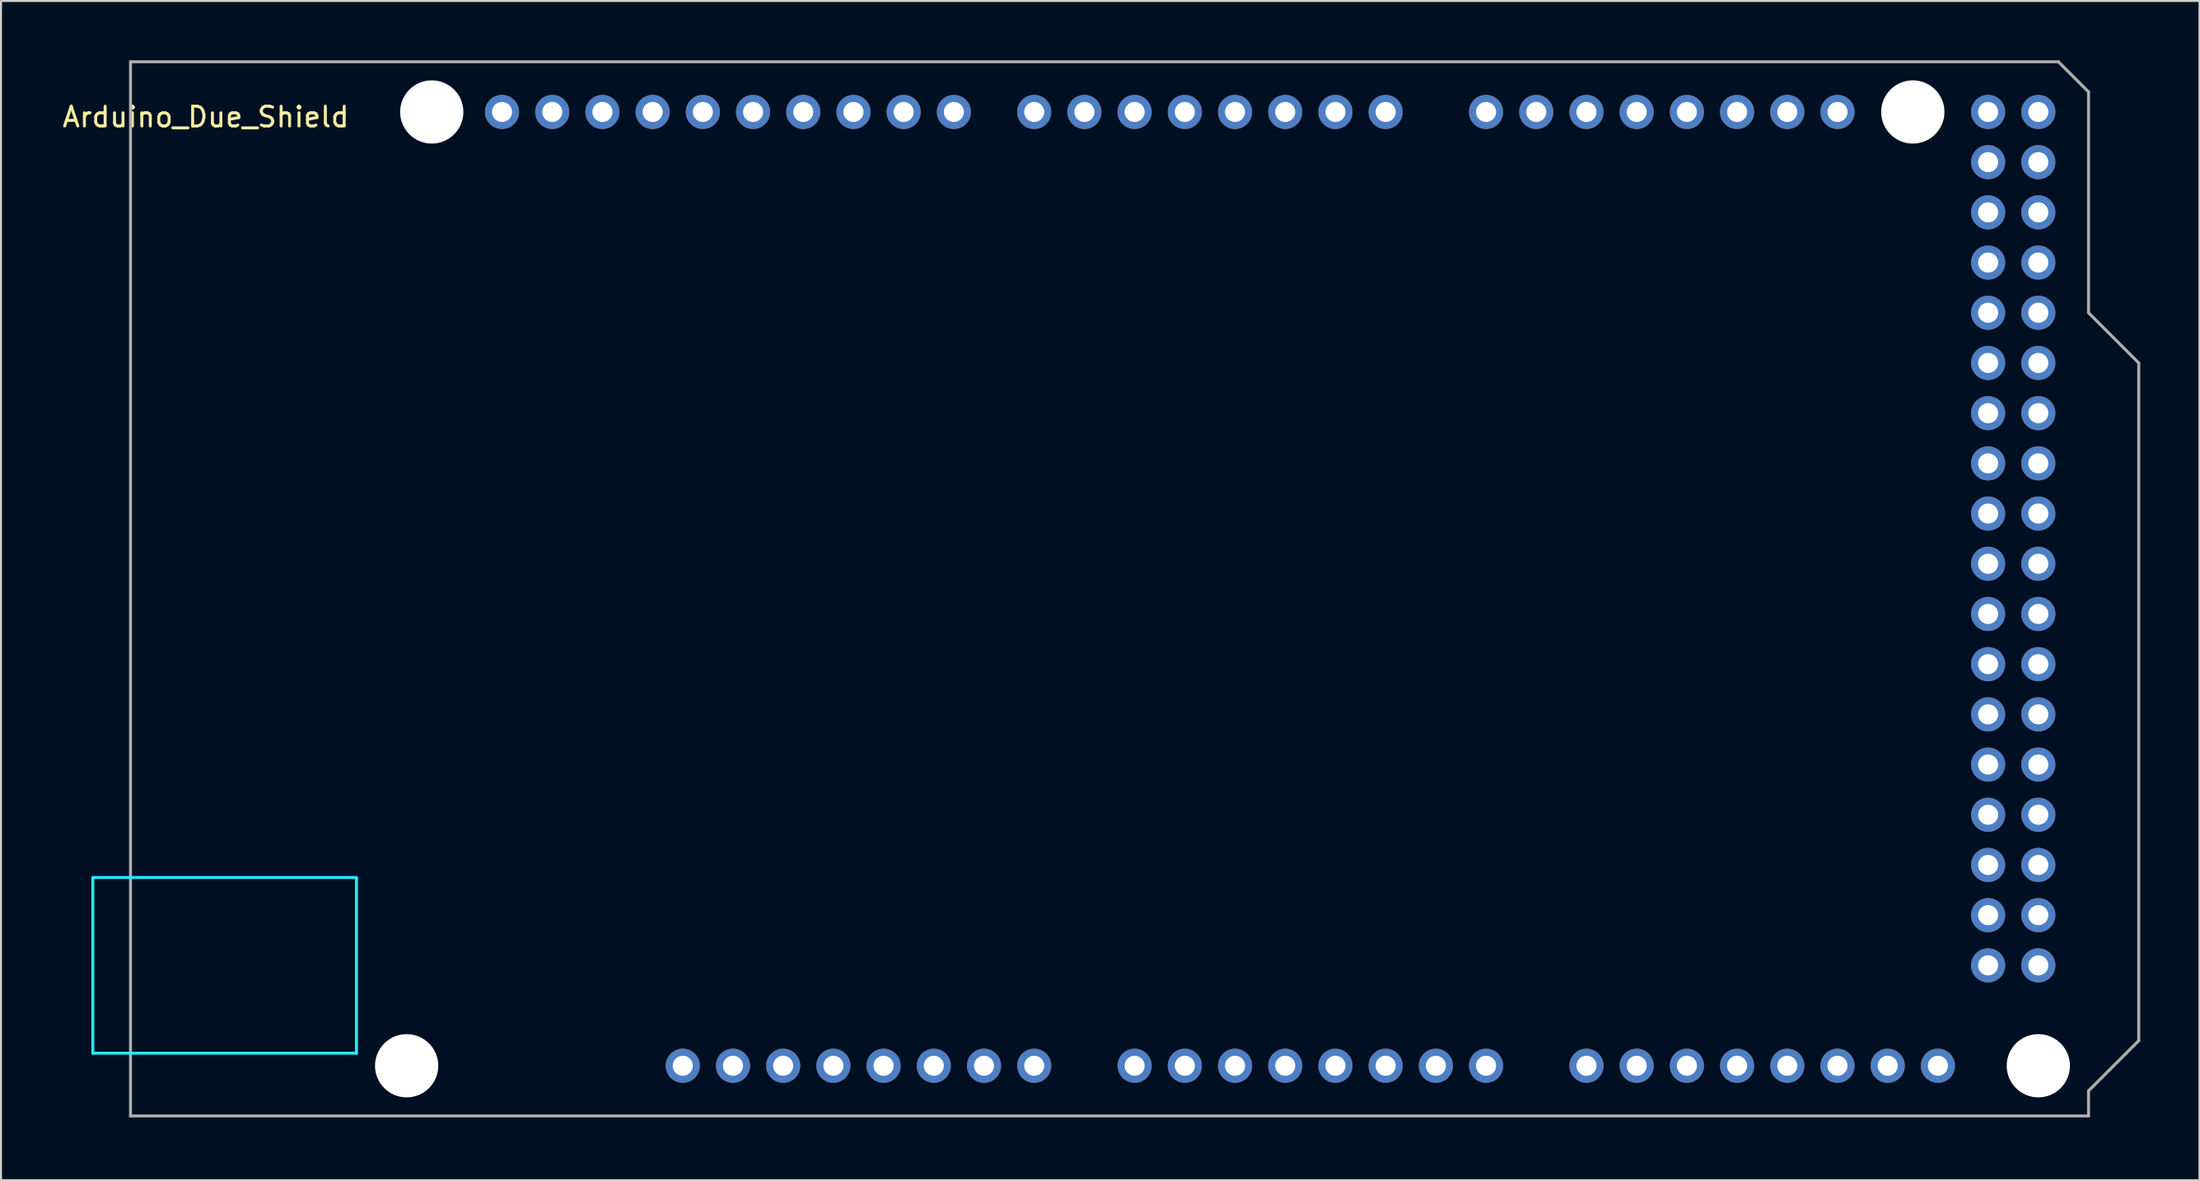
<source format=kicad_pcb>
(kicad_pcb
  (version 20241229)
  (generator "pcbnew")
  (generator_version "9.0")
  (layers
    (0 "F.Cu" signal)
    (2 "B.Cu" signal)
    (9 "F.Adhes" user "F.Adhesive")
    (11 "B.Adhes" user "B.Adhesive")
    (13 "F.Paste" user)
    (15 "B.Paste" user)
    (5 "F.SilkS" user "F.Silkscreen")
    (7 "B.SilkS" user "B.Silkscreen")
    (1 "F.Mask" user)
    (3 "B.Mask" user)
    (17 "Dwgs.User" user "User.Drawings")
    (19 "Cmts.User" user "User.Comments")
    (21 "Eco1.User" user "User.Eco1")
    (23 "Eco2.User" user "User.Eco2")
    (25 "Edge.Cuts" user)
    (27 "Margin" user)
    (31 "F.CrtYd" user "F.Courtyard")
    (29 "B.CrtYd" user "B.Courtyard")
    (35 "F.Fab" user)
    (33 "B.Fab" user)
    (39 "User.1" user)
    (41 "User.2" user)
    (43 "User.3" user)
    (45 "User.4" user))
  (footprint "Arduino_Due_Shield"
    (layer "F.Cu")
    (at 3.553 53.415)
    (property "Reference" "Arduino_Due_Shield" (at 3.81 -50.546 0) (layer "F.SilkS") (effects (font (size 1 1) (thickness 0.15))))
    (attr through_hole)
    (fp_line (start -1.905 -12.065) (end -1.905 -3.175) (stroke (width 0.15) (type solid)) (layer "B.CrtYd"))
    (fp_line (start -1.905 -12.065) (end 11.43 -12.065) (stroke (width 0.15) (type solid)) (layer "B.CrtYd"))
    (fp_line (start -1.905 -3.175) (end 11.43 -3.175) (stroke (width 0.15) (type solid)) (layer "B.CrtYd"))
    (fp_line (start 11.43 -12.065) (end 11.43 -3.175) (stroke (width 0.15) (type solid)) (layer "B.CrtYd"))
    (fp_line (start 0 -53.34) (end 97.536 -53.34) (stroke (width 0.15) (type solid)) (layer "F.Fab"))
    (fp_line (start 0 0) (end 0 -53.34) (stroke (width 0.15) (type solid)) (layer "F.Fab"))
    (fp_line (start 0 0) (end 99.06 0) (stroke (width 0.15) (type solid)) (layer "F.Fab"))
    (fp_line (start 97.536 -53.34) (end 99.06 -51.816) (stroke (width 0.15) (type solid)) (layer "F.Fab"))
    (fp_line (start 99.06 -40.64) (end 99.06 -51.816) (stroke (width 0.15) (type solid)) (layer "F.Fab"))
    (fp_line (start 99.06 -1.27) (end 101.6 -3.81) (stroke (width 0.15) (type solid)) (layer "F.Fab"))
    (fp_line (start 99.06 0) (end 99.06 -1.27) (stroke (width 0.15) (type solid)) (layer "F.Fab"))
    (fp_line (start 101.6 -38.1) (end 99.06 -40.64) (stroke (width 0.15) (type solid)) (layer "F.Fab"))
    (fp_line (start 101.6 -3.81) (end 101.6 -38.1) (stroke (width 0.15) (type solid)) (layer "F.Fab"))
    (pad "" np_thru_hole circle (at 13.97 -2.54) (size 3.2 3.2) (drill 3.2) (layers "*.Cu" "*.Mask"))
    (pad "" np_thru_hole circle (at 15.24 -50.8) (size 3.2 3.2) (drill 3.2) (layers "*.Cu" "*.Mask"))
    (pad "" thru_hole oval (at 27.94 -2.54) (size 1.727 1.727) (drill 1.016) (layers "*.Cu" "*.Mask"))
    (pad "" np_thru_hole circle (at 90.17 -50.8) (size 3.2 3.2) (drill 3.2) (layers "*.Cu" "*.Mask"))
    (pad "" np_thru_hole circle (at 96.52 -2.54) (size 3.2 3.2) (drill 3.2) (layers "*.Cu" "*.Mask"))
    (pad "3V3" thru_hole oval (at 35.56 -2.54) (size 1.727 1.727) (drill 1.016) (layers "*.Cu" "*.Mask"))
    (pad "5V1" thru_hole oval (at 38.1 -2.54) (size 1.727 1.727) (drill 1.016) (layers "*.Cu" "*.Mask"))
    (pad "5V3" thru_hole oval (at 93.98 -50.8) (size 1.727 1.727) (drill 1.016) (layers "*.Cu" "*.Mask"))
    (pad "5V4" thru_hole oval (at 96.52 -50.8) (size 1.727 1.727) (drill 1.016) (layers "*.Cu" "*.Mask"))
    (pad "A0" thru_hole oval (at 50.8 -2.54) (size 1.727 1.727) (drill 1.016) (layers "*.Cu" "*.Mask"))
    (pad "A1" thru_hole oval (at 53.34 -2.54) (size 1.727 1.727) (drill 1.016) (layers "*.Cu" "*.Mask"))
    (pad "A2" thru_hole oval (at 55.88 -2.54) (size 1.727 1.727) (drill 1.016) (layers "*.Cu" "*.Mask"))
    (pad "A3" thru_hole oval (at 58.42 -2.54) (size 1.727 1.727) (drill 1.016) (layers "*.Cu" "*.Mask"))
    (pad "A4" thru_hole oval (at 60.96 -2.54) (size 1.727 1.727) (drill 1.016) (layers "*.Cu" "*.Mask"))
    (pad "A5" thru_hole oval (at 63.5 -2.54) (size 1.727 1.727) (drill 1.016) (layers "*.Cu" "*.Mask"))
    (pad "A6" thru_hole oval (at 66.04 -2.54) (size 1.727 1.727) (drill 1.016) (layers "*.Cu" "*.Mask"))
    (pad "A7" thru_hole oval (at 68.58 -2.54) (size 1.727 1.727) (drill 1.016) (layers "*.Cu" "*.Mask"))
    (pad "A8" thru_hole oval (at 73.66 -2.54) (size 1.727 1.727) (drill 1.016) (layers "*.Cu" "*.Mask"))
    (pad "A9" thru_hole oval (at 76.2 -2.54) (size 1.727 1.727) (drill 1.016) (layers "*.Cu" "*.Mask"))
    (pad "A10" thru_hole oval (at 78.74 -2.54) (size 1.727 1.727) (drill 1.016) (layers "*.Cu" "*.Mask"))
    (pad "A11" thru_hole oval (at 81.28 -2.54) (size 1.727 1.727) (drill 1.016) (layers "*.Cu" "*.Mask"))
    (pad "AREF" thru_hole oval (at 23.876 -50.8) (size 1.727 1.727) (drill 1.016) (layers "*.Cu" "*.Mask"))
    (pad "CANR" thru_hole oval (at 88.9 -2.54) (size 1.727 1.727) (drill 1.016) (layers "*.Cu" "*.Mask"))
    (pad "CANT" thru_hole oval (at 91.44 -2.54) (size 1.727 1.727) (drill 1.016) (layers "*.Cu" "*.Mask"))
    (pad "D0" thru_hole oval (at 63.5 -50.8) (size 1.727 1.727) (drill 1.016) (layers "*.Cu" "*.Mask"))
    (pad "D1" thru_hole oval (at 60.96 -50.8) (size 1.727 1.727) (drill 1.016) (layers "*.Cu" "*.Mask"))
    (pad "D2" thru_hole oval (at 58.42 -50.8) (size 1.727 1.727) (drill 1.016) (layers "*.Cu" "*.Mask"))
    (pad "D3" thru_hole oval (at 55.88 -50.8) (size 1.727 1.727) (drill 1.016) (layers "*.Cu" "*.Mask"))
    (pad "D4" thru_hole oval (at 53.34 -50.8) (size 1.727 1.727) (drill 1.016) (layers "*.Cu" "*.Mask"))
    (pad "D5" thru_hole oval (at 50.8 -50.8) (size 1.727 1.727) (drill 1.016) (layers "*.Cu" "*.Mask"))
    (pad "D6" thru_hole oval (at 48.26 -50.8) (size 1.727 1.727) (drill 1.016) (layers "*.Cu" "*.Mask"))
    (pad "D7" thru_hole oval (at 45.72 -50.8) (size 1.727 1.727) (drill 1.016) (layers "*.Cu" "*.Mask"))
    (pad "D8" thru_hole oval (at 41.656 -50.8) (size 1.727 1.727) (drill 1.016) (layers "*.Cu" "*.Mask"))
    (pad "D9" thru_hole oval (at 39.116 -50.8) (size 1.727 1.727) (drill 1.016) (layers "*.Cu" "*.Mask"))
    (pad "D10" thru_hole oval (at 36.576 -50.8) (size 1.727 1.727) (drill 1.016) (layers "*.Cu" "*.Mask"))
    (pad "D11" thru_hole oval (at 34.036 -50.8) (size 1.727 1.727) (drill 1.016) (layers "*.Cu" "*.Mask"))
    (pad "D12" thru_hole oval (at 31.496 -50.8) (size 1.727 1.727) (drill 1.016) (layers "*.Cu" "*.Mask"))
    (pad "D13" thru_hole oval (at 28.956 -50.8) (size 1.727 1.727) (drill 1.016) (layers "*.Cu" "*.Mask"))
    (pad "D14" thru_hole oval (at 68.58 -50.8) (size 1.727 1.727) (drill 1.016) (layers "*.Cu" "*.Mask"))
    (pad "D15" thru_hole oval (at 71.12 -50.8) (size 1.727 1.727) (drill 1.016) (layers "*.Cu" "*.Mask"))
    (pad "D16" thru_hole oval (at 73.66 -50.8) (size 1.727 1.727) (drill 1.016) (layers "*.Cu" "*.Mask"))
    (pad "D17" thru_hole oval (at 76.2 -50.8) (size 1.727 1.727) (drill 1.016) (layers "*.Cu" "*.Mask"))
    (pad "D18" thru_hole oval (at 78.74 -50.8) (size 1.727 1.727) (drill 1.016) (layers "*.Cu" "*.Mask"))
    (pad "D19" thru_hole oval (at 81.28 -50.8) (size 1.727 1.727) (drill 1.016) (layers "*.Cu" "*.Mask"))
    (pad "D20" thru_hole oval (at 83.82 -50.8) (size 1.727 1.727) (drill 1.016) (layers "*.Cu" "*.Mask"))
    (pad "D21" thru_hole oval (at 86.36 -50.8) (size 1.727 1.727) (drill 1.016) (layers "*.Cu" "*.Mask"))
    (pad "D22" thru_hole oval (at 93.98 -48.26) (size 1.727 1.727) (drill 1.016) (layers "*.Cu" "*.Mask"))
    (pad "D23" thru_hole oval (at 96.52 -48.26) (size 1.727 1.727) (drill 1.016) (layers "*.Cu" "*.Mask"))
    (pad "D24" thru_hole oval (at 93.98 -45.72) (size 1.727 1.727) (drill 1.016) (layers "*.Cu" "*.Mask"))
    (pad "D25" thru_hole oval (at 96.52 -45.72) (size 1.727 1.727) (drill 1.016) (layers "*.Cu" "*.Mask"))
    (pad "D26" thru_hole oval (at 93.98 -43.18) (size 1.727 1.727) (drill 1.016) (layers "*.Cu" "*.Mask"))
    (pad "D27" thru_hole oval (at 96.52 -43.18) (size 1.727 1.727) (drill 1.016) (layers "*.Cu" "*.Mask"))
    (pad "D28" thru_hole oval (at 93.98 -40.64) (size 1.727 1.727) (drill 1.016) (layers "*.Cu" "*.Mask"))
    (pad "D29" thru_hole oval (at 96.52 -40.64) (size 1.727 1.727) (drill 1.016) (layers "*.Cu" "*.Mask"))
    (pad "D30" thru_hole oval (at 93.98 -38.1) (size 1.727 1.727) (drill 1.016) (layers "*.Cu" "*.Mask"))
    (pad "D31" thru_hole oval (at 96.52 -38.1) (size 1.727 1.727) (drill 1.016) (layers "*.Cu" "*.Mask"))
    (pad "D32" thru_hole oval (at 93.98 -35.56) (size 1.727 1.727) (drill 1.016) (layers "*.Cu" "*.Mask"))
    (pad "D33" thru_hole oval (at 96.52 -35.56) (size 1.727 1.727) (drill 1.016) (layers "*.Cu" "*.Mask"))
    (pad "D34" thru_hole oval (at 93.98 -33.02) (size 1.727 1.727) (drill 1.016) (layers "*.Cu" "*.Mask"))
    (pad "D35" thru_hole oval (at 96.52 -33.02) (size 1.727 1.727) (drill 1.016) (layers "*.Cu" "*.Mask"))
    (pad "D36" thru_hole oval (at 93.98 -30.48) (size 1.727 1.727) (drill 1.016) (layers "*.Cu" "*.Mask"))
    (pad "D37" thru_hole oval (at 96.52 -30.48) (size 1.727 1.727) (drill 1.016) (layers "*.Cu" "*.Mask"))
    (pad "D38" thru_hole oval (at 93.98 -27.94) (size 1.727 1.727) (drill 1.016) (layers "*.Cu" "*.Mask"))
    (pad "D39" thru_hole oval (at 96.52 -27.94) (size 1.727 1.727) (drill 1.016) (layers "*.Cu" "*.Mask"))
    (pad "D40" thru_hole oval (at 93.98 -25.4) (size 1.727 1.727) (drill 1.016) (layers "*.Cu" "*.Mask"))
    (pad "D41" thru_hole oval (at 96.52 -25.4) (size 1.727 1.727) (drill 1.016) (layers "*.Cu" "*.Mask"))
    (pad "D42" thru_hole oval (at 93.98 -22.86) (size 1.727 1.727) (drill 1.016) (layers "*.Cu" "*.Mask"))
    (pad "D43" thru_hole oval (at 96.52 -22.86) (size 1.727 1.727) (drill 1.016) (layers "*.Cu" "*.Mask"))
    (pad "D44" thru_hole oval (at 93.98 -20.32) (size 1.727 1.727) (drill 1.016) (layers "*.Cu" "*.Mask"))
    (pad "D45" thru_hole oval (at 96.52 -20.32) (size 1.727 1.727) (drill 1.016) (layers "*.Cu" "*.Mask"))
    (pad "D46" thru_hole oval (at 93.98 -17.78) (size 1.727 1.727) (drill 1.016) (layers "*.Cu" "*.Mask"))
    (pad "D47" thru_hole oval (at 96.52 -17.78) (size 1.727 1.727) (drill 1.016) (layers "*.Cu" "*.Mask"))
    (pad "D48" thru_hole oval (at 93.98 -15.24) (size 1.727 1.727) (drill 1.016) (layers "*.Cu" "*.Mask"))
    (pad "D49" thru_hole oval (at 96.52 -15.24) (size 1.727 1.727) (drill 1.016) (layers "*.Cu" "*.Mask"))
    (pad "D50" thru_hole oval (at 93.98 -12.7) (size 1.727 1.727) (drill 1.016) (layers "*.Cu" "*.Mask"))
    (pad "D51" thru_hole oval (at 96.52 -12.7) (size 1.727 1.727) (drill 1.016) (layers "*.Cu" "*.Mask"))
    (pad "D52" thru_hole oval (at 93.98 -10.16) (size 1.727 1.727) (drill 1.016) (layers "*.Cu" "*.Mask"))
    (pad "D53" thru_hole oval (at 96.52 -10.16) (size 1.727 1.727) (drill 1.016) (layers "*.Cu" "*.Mask"))
    (pad "DAC0" thru_hole oval (at 83.82 -2.54) (size 1.727 1.727) (drill 1.016) (layers "*.Cu" "*.Mask"))
    (pad "DAC1" thru_hole oval (at 86.36 -2.54) (size 1.727 1.727) (drill 1.016) (layers "*.Cu" "*.Mask"))
    (pad "GND1" thru_hole oval (at 26.416 -50.8) (size 1.727 1.727) (drill 1.016) (layers "*.Cu" "*.Mask"))
    (pad "GND2" thru_hole oval (at 40.64 -2.54) (size 1.727 1.727) (drill 1.016) (layers "*.Cu" "*.Mask"))
    (pad "GND3" thru_hole oval (at 43.18 -2.54) (size 1.727 1.727) (drill 1.016) (layers "*.Cu" "*.Mask"))
    (pad "GND5" thru_hole oval (at 93.98 -7.62) (size 1.727 1.727) (drill 1.016) (layers "*.Cu" "*.Mask"))
    (pad "GND6" thru_hole oval (at 96.52 -7.62) (size 1.727 1.727) (drill 1.016) (layers "*.Cu" "*.Mask"))
    (pad "IORF" thru_hole oval (at 30.48 -2.54) (size 1.727 1.727) (drill 1.016) (layers "*.Cu" "*.Mask"))
    (pad "RST1" thru_hole oval (at 33.02 -2.54) (size 1.727 1.727) (drill 1.016) (layers "*.Cu" "*.Mask"))
    (pad "SCL1" thru_hole oval (at 18.796 -50.8) (size 1.727 1.727) (drill 1.016) (layers "*.Cu" "*.Mask"))
    (pad "SDA1" thru_hole oval (at 21.336 -50.8) (size 1.727 1.727) (drill 1.016) (layers "*.Cu" "*.Mask"))
    (pad "VIN" thru_hole oval (at 45.72 -2.54) (size 1.727 1.727) (drill 1.016) (layers "*.Cu" "*.Mask")))
  (gr_rect
    (start -3 -3)
    (end 108.228 56.665)
    (stroke (width 0.1) (type default))
    (fill no)
    (layer "Edge.Cuts")))
</source>
